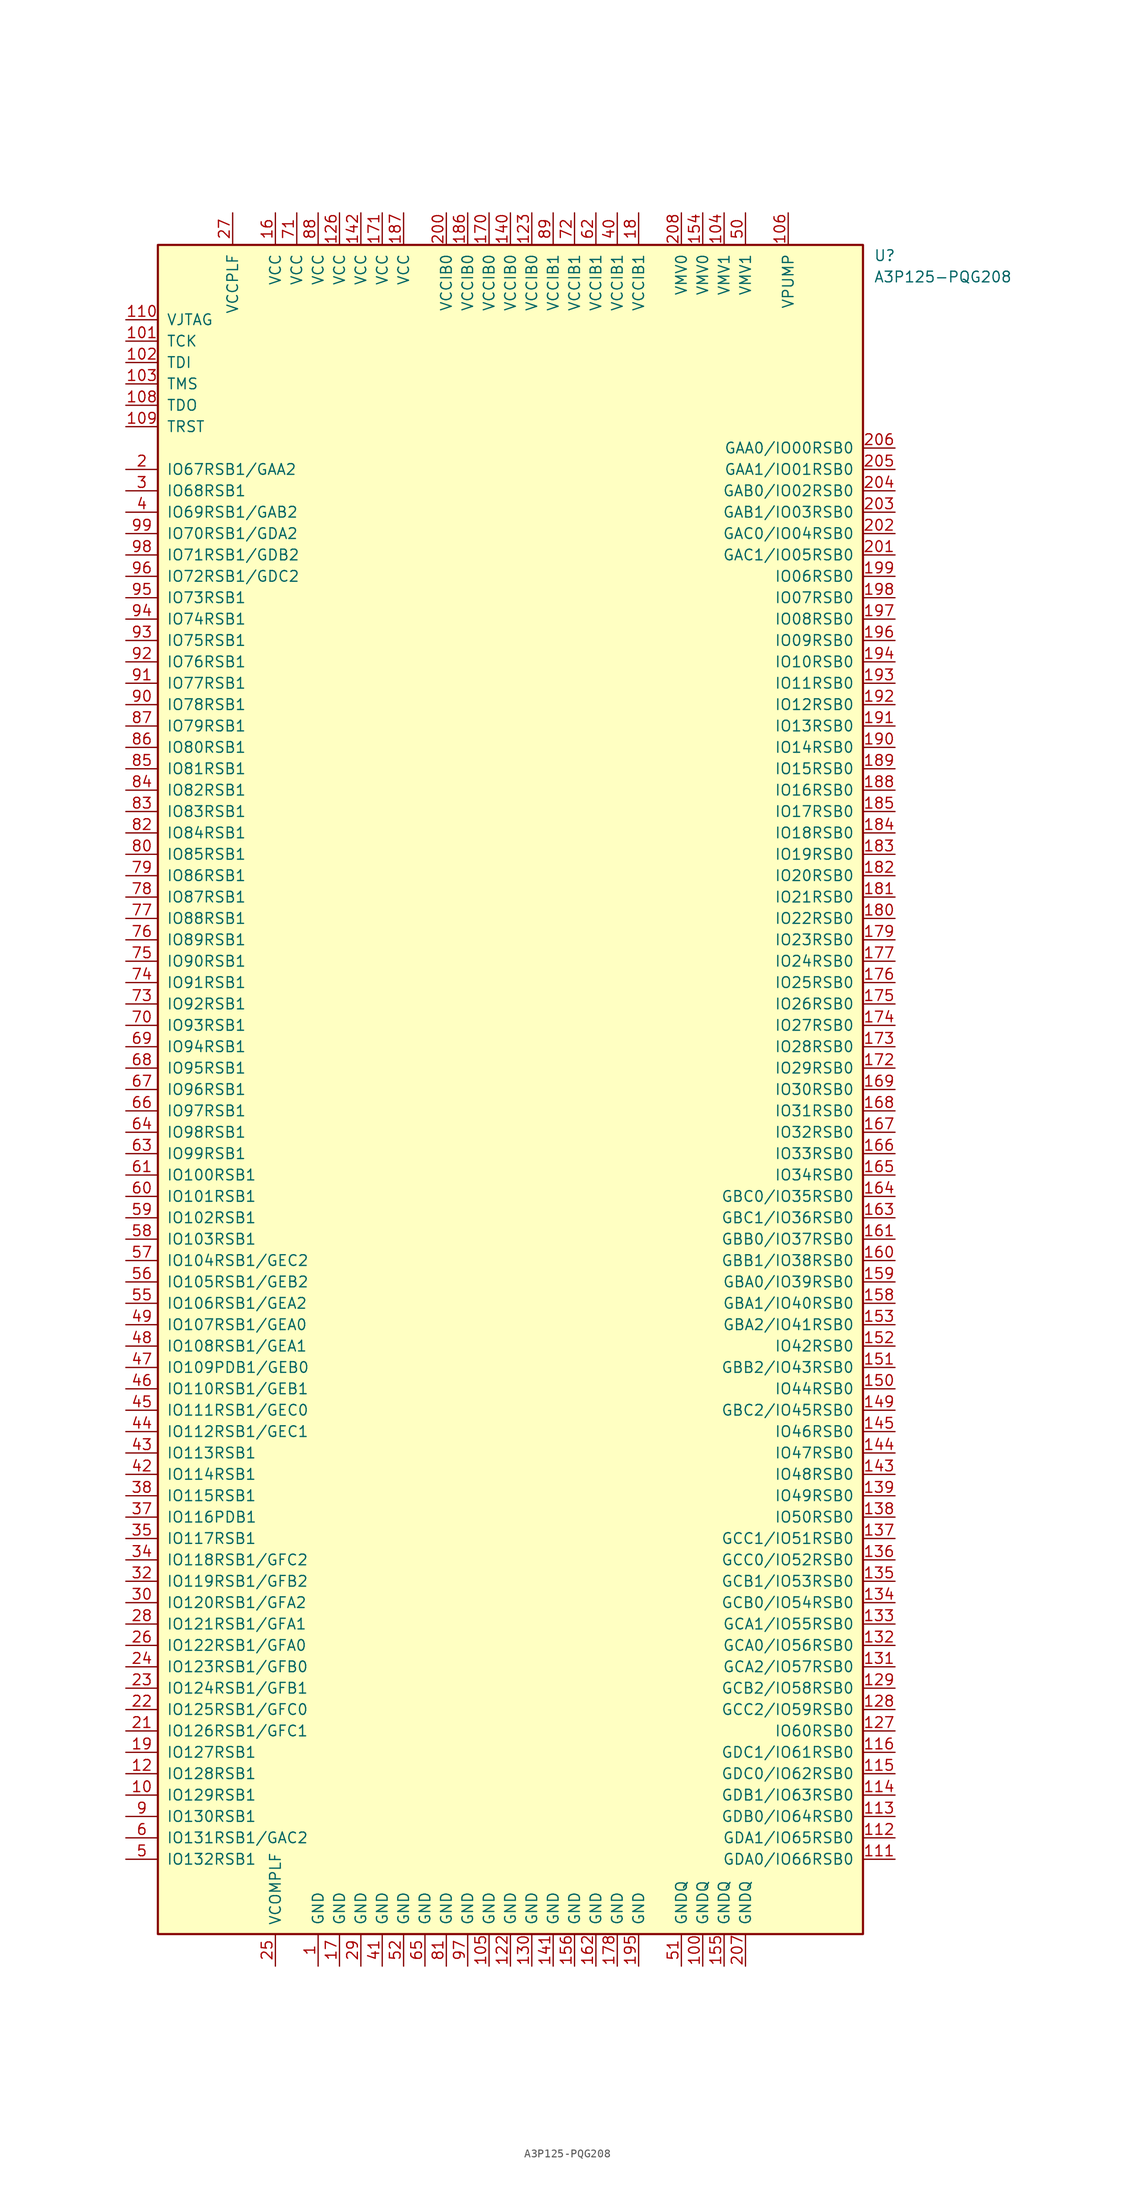
<source format=kicad_sym>
(kicad_symbol_lib
  (version 20241209)
  (generator "kicad_symbol_editor")
  (generator_version "9.0")
  (symbol "A3P125-PQG208"
    (pin_names
      (offset 1.016))
    (property "Reference" "U"
      (at 43.18 99.06 0)
      (effects (font (size 1.27 1.27)) (justify left)))
    (property "Value" "A3P125-PQG208"
      (at 43.18 96.52 0)
      (effects (font (size 1.27 1.27)) (justify left)))
    (symbol "A3P125-PQG208_1_0"
      (rectangle (start -41.91 -100.33) (end 41.91 100.33) (stroke (width 0.254) (type default)) (fill (type background))))
    (symbol "A3P125-PQG208_1_1"
      (pin power_in line (at -45.72 91.44 0) (length 3.81) (name "VJTAG" (effects (font (size 1.27 1.27)))) (number "110" (effects (font (size 1.27 1.27)))))
      (pin bidirectional line (at -45.72 88.9 0) (length 3.81) (name "TCK" (effects (font (size 1.27 1.27)))) (number "101" (effects (font (size 1.27 1.27)))))
      (pin bidirectional line (at -45.72 86.36 0) (length 3.81) (name "TDI" (effects (font (size 1.27 1.27)))) (number "102" (effects (font (size 1.27 1.27)))))
      (pin bidirectional line (at -45.72 83.82 0) (length 3.81) (name "TMS" (effects (font (size 1.27 1.27)))) (number "103" (effects (font (size 1.27 1.27)))))
      (pin bidirectional line (at -45.72 81.28 0) (length 3.81) (name "TDO" (effects (font (size 1.27 1.27)))) (number "108" (effects (font (size 1.27 1.27)))))
      (pin bidirectional line (at -45.72 78.74 0) (length 3.81) (name "TRST" (effects (font (size 1.27 1.27)))) (number "109" (effects (font (size 1.27 1.27)))))
      (pin bidirectional line (at -45.72 73.66 0) (length 3.81) (name "IO67RSB1/GAA2" (effects (font (size 1.27 1.27)))) (number "2" (effects (font (size 1.27 1.27)))))
      (pin bidirectional line (at -45.72 71.12 0) (length 3.81) (name "IO68RSB1" (effects (font (size 1.27 1.27)))) (number "3" (effects (font (size 1.27 1.27)))))
      (pin bidirectional line (at -45.72 68.58 0) (length 3.81) (name "IO69RSB1/GAB2" (effects (font (size 1.27 1.27)))) (number "4" (effects (font (size 1.27 1.27)))))
      (pin bidirectional line (at -45.72 66.04 0) (length 3.81) (name "IO70RSB1/GDA2" (effects (font (size 1.27 1.27)))) (number "99" (effects (font (size 1.27 1.27)))))
      (pin bidirectional line (at -45.72 63.5 0) (length 3.81) (name "IO71RSB1/GDB2" (effects (font (size 1.27 1.27)))) (number "98" (effects (font (size 1.27 1.27)))))
      (pin bidirectional line (at -45.72 60.96 0) (length 3.81) (name "IO72RSB1/GDC2" (effects (font (size 1.27 1.27)))) (number "96" (effects (font (size 1.27 1.27)))))
      (pin bidirectional line (at -45.72 58.42 0) (length 3.81) (name "IO73RSB1" (effects (font (size 1.27 1.27)))) (number "95" (effects (font (size 1.27 1.27)))))
      (pin bidirectional line (at -45.72 55.88 0) (length 3.81) (name "IO74RSB1" (effects (font (size 1.27 1.27)))) (number "94" (effects (font (size 1.27 1.27)))))
      (pin bidirectional line (at -45.72 53.34 0) (length 3.81) (name "IO75RSB1" (effects (font (size 1.27 1.27)))) (number "93" (effects (font (size 1.27 1.27)))))
      (pin bidirectional line (at -45.72 50.8 0) (length 3.81) (name "IO76RSB1" (effects (font (size 1.27 1.27)))) (number "92" (effects (font (size 1.27 1.27)))))
      (pin bidirectional line (at -45.72 48.26 0) (length 3.81) (name "IO77RSB1" (effects (font (size 1.27 1.27)))) (number "91" (effects (font (size 1.27 1.27)))))
      (pin bidirectional line (at -45.72 45.72 0) (length 3.81) (name "IO78RSB1" (effects (font (size 1.27 1.27)))) (number "90" (effects (font (size 1.27 1.27)))))
      (pin bidirectional line (at -45.72 43.18 0) (length 3.81) (name "IO79RSB1" (effects (font (size 1.27 1.27)))) (number "87" (effects (font (size 1.27 1.27)))))
      (pin bidirectional line (at -45.72 40.64 0) (length 3.81) (name "IO80RSB1" (effects (font (size 1.27 1.27)))) (number "86" (effects (font (size 1.27 1.27)))))
      (pin bidirectional line (at -45.72 38.1 0) (length 3.81) (name "IO81RSB1" (effects (font (size 1.27 1.27)))) (number "85" (effects (font (size 1.27 1.27)))))
      (pin bidirectional line (at -45.72 35.56 0) (length 3.81) (name "IO82RSB1" (effects (font (size 1.27 1.27)))) (number "84" (effects (font (size 1.27 1.27)))))
      (pin bidirectional line (at -45.72 33.02 0) (length 3.81) (name "IO83RSB1" (effects (font (size 1.27 1.27)))) (number "83" (effects (font (size 1.27 1.27)))))
      (pin bidirectional line (at -45.72 30.48 0) (length 3.81) (name "IO84RSB1" (effects (font (size 1.27 1.27)))) (number "82" (effects (font (size 1.27 1.27)))))
      (pin bidirectional line (at -45.72 27.94 0) (length 3.81) (name "IO85RSB1" (effects (font (size 1.27 1.27)))) (number "80" (effects (font (size 1.27 1.27)))))
      (pin bidirectional line (at -45.72 25.4 0) (length 3.81) (name "IO86RSB1" (effects (font (size 1.27 1.27)))) (number "79" (effects (font (size 1.27 1.27)))))
      (pin bidirectional line (at -45.72 22.86 0) (length 3.81) (name "IO87RSB1" (effects (font (size 1.27 1.27)))) (number "78" (effects (font (size 1.27 1.27)))))
      (pin bidirectional line (at -45.72 20.32 0) (length 3.81) (name "IO88RSB1" (effects (font (size 1.27 1.27)))) (number "77" (effects (font (size 1.27 1.27)))))
      (pin bidirectional line (at -45.72 17.78 0) (length 3.81) (name "IO89RSB1" (effects (font (size 1.27 1.27)))) (number "76" (effects (font (size 1.27 1.27)))))
      (pin bidirectional line (at -45.72 15.24 0) (length 3.81) (name "IO90RSB1" (effects (font (size 1.27 1.27)))) (number "75" (effects (font (size 1.27 1.27)))))
      (pin bidirectional line (at -45.72 12.7 0) (length 3.81) (name "IO91RSB1" (effects (font (size 1.27 1.27)))) (number "74" (effects (font (size 1.27 1.27)))))
      (pin bidirectional line (at -45.72 10.16 0) (length 3.81) (name "IO92RSB1" (effects (font (size 1.27 1.27)))) (number "73" (effects (font (size 1.27 1.27)))))
      (pin bidirectional line (at -45.72 7.62 0) (length 3.81) (name "IO93RSB1" (effects (font (size 1.27 1.27)))) (number "70" (effects (font (size 1.27 1.27)))))
      (pin bidirectional line (at -45.72 5.08 0) (length 3.81) (name "IO94RSB1" (effects (font (size 1.27 1.27)))) (number "69" (effects (font (size 1.27 1.27)))))
      (pin bidirectional line (at -45.72 2.54 0) (length 3.81) (name "IO95RSB1" (effects (font (size 1.27 1.27)))) (number "68" (effects (font (size 1.27 1.27)))))
      (pin bidirectional line (at -45.72 0 0) (length 3.81) (name "IO96RSB1" (effects (font (size 1.27 1.27)))) (number "67" (effects (font (size 1.27 1.27)))))
      (pin bidirectional line (at -45.72 -2.54 0) (length 3.81) (name "IO97RSB1" (effects (font (size 1.27 1.27)))) (number "66" (effects (font (size 1.27 1.27)))))
      (pin bidirectional line (at -45.72 -5.08 0) (length 3.81) (name "IO98RSB1" (effects (font (size 1.27 1.27)))) (number "64" (effects (font (size 1.27 1.27)))))
      (pin bidirectional line (at -45.72 -7.62 0) (length 3.81) (name "IO99RSB1" (effects (font (size 1.27 1.27)))) (number "63" (effects (font (size 1.27 1.27)))))
      (pin bidirectional line (at -45.72 -10.16 0) (length 3.81) (name "IO100RSB1" (effects (font (size 1.27 1.27)))) (number "61" (effects (font (size 1.27 1.27)))))
      (pin bidirectional line (at -45.72 -12.7 0) (length 3.81) (name "IO101RSB1" (effects (font (size 1.27 1.27)))) (number "60" (effects (font (size 1.27 1.27)))))
      (pin bidirectional line (at -45.72 -15.24 0) (length 3.81) (name "IO102RSB1" (effects (font (size 1.27 1.27)))) (number "59" (effects (font (size 1.27 1.27)))))
      (pin bidirectional line (at -45.72 -17.78 0) (length 3.81) (name "IO103RSB1" (effects (font (size 1.27 1.27)))) (number "58" (effects (font (size 1.27 1.27)))))
      (pin bidirectional line (at -45.72 -20.32 0) (length 3.81) (name "IO104RSB1/GEC2" (effects (font (size 1.27 1.27)))) (number "57" (effects (font (size 1.27 1.27)))))
      (pin bidirectional line (at -45.72 -22.86 0) (length 3.81) (name "IO105RSB1/GEB2" (effects (font (size 1.27 1.27)))) (number "56" (effects (font (size 1.27 1.27)))))
      (pin bidirectional line (at -45.72 -25.4 0) (length 3.81) (name "IO106RSB1/GEA2" (effects (font (size 1.27 1.27)))) (number "55" (effects (font (size 1.27 1.27)))))
      (pin bidirectional line (at -45.72 -27.94 0) (length 3.81) (name "IO107RSB1/GEA0" (effects (font (size 1.27 1.27)))) (number "49" (effects (font (size 1.27 1.27)))))
      (pin bidirectional line (at -45.72 -30.48 0) (length 3.81) (name "IO108RSB1/GEA1" (effects (font (size 1.27 1.27)))) (number "48" (effects (font (size 1.27 1.27)))))
      (pin bidirectional line (at -45.72 -33.02 0) (length 3.81) (name "IO109PDB1/GEB0" (effects (font (size 1.27 1.27)))) (number "47" (effects (font (size 1.27 1.27)))))
      (pin bidirectional line (at -45.72 -35.56 0) (length 3.81) (name "IO110RSB1/GEB1" (effects (font (size 1.27 1.27)))) (number "46" (effects (font (size 1.27 1.27)))))
      (pin bidirectional line (at -45.72 -38.1 0) (length 3.81) (name "IO111RSB1/GEC0" (effects (font (size 1.27 1.27)))) (number "45" (effects (font (size 1.27 1.27)))))
      (pin bidirectional line (at -45.72 -40.64 0) (length 3.81) (name "IO112RSB1/GEC1" (effects (font (size 1.27 1.27)))) (number "44" (effects (font (size 1.27 1.27)))))
      (pin bidirectional line (at -45.72 -43.18 0) (length 3.81) (name "IO113RSB1" (effects (font (size 1.27 1.27)))) (number "43" (effects (font (size 1.27 1.27)))))
      (pin bidirectional line (at -45.72 -45.72 0) (length 3.81) (name "IO114RSB1" (effects (font (size 1.27 1.27)))) (number "42" (effects (font (size 1.27 1.27)))))
      (pin bidirectional line (at -45.72 -48.26 0) (length 3.81) (name "IO115RSB1" (effects (font (size 1.27 1.27)))) (number "38" (effects (font (size 1.27 1.27)))))
      (pin bidirectional line (at -45.72 -50.8 0) (length 3.81) (name "IO116PDB1" (effects (font (size 1.27 1.27)))) (number "37" (effects (font (size 1.27 1.27)))))
      (pin bidirectional line (at -45.72 -53.34 0) (length 3.81) (name "IO117RSB1" (effects (font (size 1.27 1.27)))) (number "35" (effects (font (size 1.27 1.27)))))
      (pin bidirectional line (at -45.72 -55.88 0) (length 3.81) (name "IO118RSB1/GFC2" (effects (font (size 1.27 1.27)))) (number "34" (effects (font (size 1.27 1.27)))))
      (pin bidirectional line (at -45.72 -58.42 0) (length 3.81) (name "IO119RSB1/GFB2" (effects (font (size 1.27 1.27)))) (number "32" (effects (font (size 1.27 1.27)))))
      (pin bidirectional line (at -45.72 -60.96 0) (length 3.81) (name "IO120RSB1/GFA2" (effects (font (size 1.27 1.27)))) (number "30" (effects (font (size 1.27 1.27)))))
      (pin bidirectional line (at -45.72 -63.5 0) (length 3.81) (name "IO121RSB1/GFA1" (effects (font (size 1.27 1.27)))) (number "28" (effects (font (size 1.27 1.27)))))
      (pin bidirectional line (at -45.72 -66.04 0) (length 3.81) (name "IO122RSB1/GFA0" (effects (font (size 1.27 1.27)))) (number "26" (effects (font (size 1.27 1.27)))))
      (pin bidirectional line (at -45.72 -68.58 0) (length 3.81) (name "IO123RSB1/GFB0" (effects (font (size 1.27 1.27)))) (number "24" (effects (font (size 1.27 1.27)))))
      (pin bidirectional line (at -45.72 -71.12 0) (length 3.81) (name "IO124RSB1/GFB1" (effects (font (size 1.27 1.27)))) (number "23" (effects (font (size 1.27 1.27)))))
      (pin bidirectional line (at -45.72 -73.66 0) (length 3.81) (name "IO125RSB1/GFC0" (effects (font (size 1.27 1.27)))) (number "22" (effects (font (size 1.27 1.27)))))
      (pin bidirectional line (at -45.72 -76.2 0) (length 3.81) (name "IO126RSB1/GFC1" (effects (font (size 1.27 1.27)))) (number "21" (effects (font (size 1.27 1.27)))))
      (pin bidirectional line (at -45.72 -78.74 0) (length 3.81) (name "IO127RSB1" (effects (font (size 1.27 1.27)))) (number "19" (effects (font (size 1.27 1.27)))))
      (pin bidirectional line (at -45.72 -81.28 0) (length 3.81) (name "IO128RSB1" (effects (font (size 1.27 1.27)))) (number "12" (effects (font (size 1.27 1.27)))))
      (pin bidirectional line (at -45.72 -83.82 0) (length 3.81) (name "IO129RSB1" (effects (font (size 1.27 1.27)))) (number "10" (effects (font (size 1.27 1.27)))))
      (pin bidirectional line (at -45.72 -86.36 0) (length 3.81) (name "IO130RSB1" (effects (font (size 1.27 1.27)))) (number "9" (effects (font (size 1.27 1.27)))))
      (pin bidirectional line (at -45.72 -88.9 0) (length 3.81) (name "IO131RSB1/GAC2" (effects (font (size 1.27 1.27)))) (number "6" (effects (font (size 1.27 1.27)))))
      (pin bidirectional line (at -45.72 -91.44 0) (length 3.81) (name "IO132RSB1" (effects (font (size 1.27 1.27)))) (number "5" (effects (font (size 1.27 1.27)))))
      (pin power_in line (at -33.02 104.14 270) (length 3.81) (name "VCCPLF" (effects (font (size 1.27 1.27)))) (number "27" (effects (font (size 1.27 1.27)))))
      (pin power_in line (at -27.94 104.14 270) (length 3.81) (name "VCC" (effects (font (size 1.27 1.27)))) (number "16" (effects (font (size 1.27 1.27)))))
      (pin power_in line (at -27.94 -104.14 90) (length 3.81) (name "VCOMPLF" (effects (font (size 1.27 1.27)))) (number "25" (effects (font (size 1.27 1.27)))))
      (pin power_in line (at -25.4 104.14 270) (length 3.81) (name "VCC" (effects (font (size 1.27 1.27)))) (number "71" (effects (font (size 1.27 1.27)))))
      (pin power_in line (at -22.86 104.14 270) (length 3.81) (name "VCC" (effects (font (size 1.27 1.27)))) (number "88" (effects (font (size 1.27 1.27)))))
      (pin power_in line (at -22.86 -104.14 90) (length 3.81) (name "GND" (effects (font (size 1.27 1.27)))) (number "1" (effects (font (size 1.27 1.27)))))
      (pin power_in line (at -20.32 104.14 270) (length 3.81) (name "VCC" (effects (font (size 1.27 1.27)))) (number "126" (effects (font (size 1.27 1.27)))))
      (pin power_in line (at -20.32 -104.14 90) (length 3.81) (name "GND" (effects (font (size 1.27 1.27)))) (number "17" (effects (font (size 1.27 1.27)))))
      (pin power_in line (at -17.78 104.14 270) (length 3.81) (name "VCC" (effects (font (size 1.27 1.27)))) (number "142" (effects (font (size 1.27 1.27)))))
      (pin power_in line (at -17.78 -104.14 90) (length 3.81) (name "GND" (effects (font (size 1.27 1.27)))) (number "29" (effects (font (size 1.27 1.27)))))
      (pin power_in line (at -15.24 104.14 270) (length 3.81) (name "VCC" (effects (font (size 1.27 1.27)))) (number "171" (effects (font (size 1.27 1.27)))))
      (pin power_in line (at -15.24 -104.14 90) (length 3.81) (name "GND" (effects (font (size 1.27 1.27)))) (number "41" (effects (font (size 1.27 1.27)))))
      (pin power_in line (at -12.7 104.14 270) (length 3.81) (name "VCC" (effects (font (size 1.27 1.27)))) (number "187" (effects (font (size 1.27 1.27)))))
      (pin power_in line (at -12.7 -104.14 90) (length 3.81) (name "GND" (effects (font (size 1.27 1.27)))) (number "52" (effects (font (size 1.27 1.27)))))
      (pin power_in line (at -10.16 -104.14 90) (length 3.81) (name "GND" (effects (font (size 1.27 1.27)))) (number "65" (effects (font (size 1.27 1.27)))))
      (pin power_in line (at -7.62 104.14 270) (length 3.81) (name "VCCIB0" (effects (font (size 1.27 1.27)))) (number "200" (effects (font (size 1.27 1.27)))))
      (pin power_in line (at -7.62 -104.14 90) (length 3.81) (name "GND" (effects (font (size 1.27 1.27)))) (number "81" (effects (font (size 1.27 1.27)))))
      (pin power_in line (at -5.08 104.14 270) (length 3.81) (name "VCCIB0" (effects (font (size 1.27 1.27)))) (number "186" (effects (font (size 1.27 1.27)))))
      (pin power_in line (at -5.08 -104.14 90) (length 3.81) (name "GND" (effects (font (size 1.27 1.27)))) (number "97" (effects (font (size 1.27 1.27)))))
      (pin power_in line (at -2.54 104.14 270) (length 3.81) (name "VCCIB0" (effects (font (size 1.27 1.27)))) (number "170" (effects (font (size 1.27 1.27)))))
      (pin power_in line (at -2.54 -104.14 90) (length 3.81) (name "GND" (effects (font (size 1.27 1.27)))) (number "105" (effects (font (size 1.27 1.27)))))
      (pin power_in line (at 0 104.14 270) (length 3.81) (name "VCCIB0" (effects (font (size 1.27 1.27)))) (number "140" (effects (font (size 1.27 1.27)))))
      (pin power_in line (at 0 -104.14 90) (length 3.81) (name "GND" (effects (font (size 1.27 1.27)))) (number "122" (effects (font (size 1.27 1.27)))))
      (pin power_in line (at 2.54 104.14 270) (length 3.81) (name "VCCIB0" (effects (font (size 1.27 1.27)))) (number "123" (effects (font (size 1.27 1.27)))))
      (pin power_in line (at 2.54 -104.14 90) (length 3.81) (name "GND" (effects (font (size 1.27 1.27)))) (number "130" (effects (font (size 1.27 1.27)))))
      (pin power_in line (at 5.08 104.14 270) (length 3.81) (name "VCCIB1" (effects (font (size 1.27 1.27)))) (number "89" (effects (font (size 1.27 1.27)))))
      (pin power_in line (at 5.08 -104.14 90) (length 3.81) (name "GND" (effects (font (size 1.27 1.27)))) (number "141" (effects (font (size 1.27 1.27)))))
      (pin power_in line (at 7.62 104.14 270) (length 3.81) (name "VCCIB1" (effects (font (size 1.27 1.27)))) (number "72" (effects (font (size 1.27 1.27)))))
      (pin power_in line (at 7.62 -104.14 90) (length 3.81) (name "GND" (effects (font (size 1.27 1.27)))) (number "156" (effects (font (size 1.27 1.27)))))
      (pin power_in line (at 10.16 104.14 270) (length 3.81) (name "VCCIB1" (effects (font (size 1.27 1.27)))) (number "62" (effects (font (size 1.27 1.27)))))
      (pin power_in line (at 10.16 -104.14 90) (length 3.81) (name "GND" (effects (font (size 1.27 1.27)))) (number "162" (effects (font (size 1.27 1.27)))))
      (pin power_in line (at 12.7 104.14 270) (length 3.81) (name "VCCIB1" (effects (font (size 1.27 1.27)))) (number "40" (effects (font (size 1.27 1.27)))))
      (pin power_in line (at 12.7 -104.14 90) (length 3.81) (name "GND" (effects (font (size 1.27 1.27)))) (number "178" (effects (font (size 1.27 1.27)))))
      (pin power_in line (at 15.24 104.14 270) (length 3.81) (name "VCCIB1" (effects (font (size 1.27 1.27)))) (number "18" (effects (font (size 1.27 1.27)))))
      (pin power_in line (at 15.24 -104.14 90) (length 3.81) (name "GND" (effects (font (size 1.27 1.27)))) (number "195" (effects (font (size 1.27 1.27)))))
      (pin power_in line (at 20.32 104.14 270) (length 3.81) (name "VMV0" (effects (font (size 1.27 1.27)))) (number "208" (effects (font (size 1.27 1.27)))))
      (pin power_in line (at 20.32 -104.14 90) (length 3.81) (name "GNDQ" (effects (font (size 1.27 1.27)))) (number "51" (effects (font (size 1.27 1.27)))))
      (pin power_in line (at 22.86 104.14 270) (length 3.81) (name "VMV0" (effects (font (size 1.27 1.27)))) (number "154" (effects (font (size 1.27 1.27)))))
      (pin power_in line (at 22.86 -104.14 90) (length 3.81) (name "GNDQ" (effects (font (size 1.27 1.27)))) (number "100" (effects (font (size 1.27 1.27)))))
      (pin power_in line (at 25.4 104.14 270) (length 3.81) (name "VMV1" (effects (font (size 1.27 1.27)))) (number "104" (effects (font (size 1.27 1.27)))))
      (pin power_in line (at 25.4 -104.14 90) (length 3.81) (name "GNDQ" (effects (font (size 1.27 1.27)))) (number "155" (effects (font (size 1.27 1.27)))))
      (pin power_in line (at 27.94 104.14 270) (length 3.81) (name "VMV1" (effects (font (size 1.27 1.27)))) (number "50" (effects (font (size 1.27 1.27)))))
      (pin power_in line (at 27.94 -104.14 90) (length 3.81) (name "GNDQ" (effects (font (size 1.27 1.27)))) (number "207" (effects (font (size 1.27 1.27)))))
      (pin power_in line (at 33.02 104.14 270) (length 3.81) (name "VPUMP" (effects (font (size 1.27 1.27)))) (number "106" (effects (font (size 1.27 1.27)))))
      (pin bidirectional line (at 45.72 76.2 180) (length 3.81) (name "GAA0/IO00RSB0" (effects (font (size 1.27 1.27)))) (number "206" (effects (font (size 1.27 1.27)))))
      (pin bidirectional line (at 45.72 73.66 180) (length 3.81) (name "GAA1/IO01RSB0" (effects (font (size 1.27 1.27)))) (number "205" (effects (font (size 1.27 1.27)))))
      (pin bidirectional line (at 45.72 71.12 180) (length 3.81) (name "GAB0/IO02RSB0" (effects (font (size 1.27 1.27)))) (number "204" (effects (font (size 1.27 1.27)))))
      (pin bidirectional line (at 45.72 68.58 180) (length 3.81) (name "GAB1/IO03RSB0" (effects (font (size 1.27 1.27)))) (number "203" (effects (font (size 1.27 1.27)))))
      (pin bidirectional line (at 45.72 66.04 180) (length 3.81) (name "GAC0/IO04RSB0" (effects (font (size 1.27 1.27)))) (number "202" (effects (font (size 1.27 1.27)))))
      (pin bidirectional line (at 45.72 63.5 180) (length 3.81) (name "GAC1/IO05RSB0" (effects (font (size 1.27 1.27)))) (number "201" (effects (font (size 1.27 1.27)))))
      (pin bidirectional line (at 45.72 60.96 180) (length 3.81) (name "IO06RSB0" (effects (font (size 1.27 1.27)))) (number "199" (effects (font (size 1.27 1.27)))))
      (pin bidirectional line (at 45.72 58.42 180) (length 3.81) (name "IO07RSB0" (effects (font (size 1.27 1.27)))) (number "198" (effects (font (size 1.27 1.27)))))
      (pin bidirectional line (at 45.72 55.88 180) (length 3.81) (name "IO08RSB0" (effects (font (size 1.27 1.27)))) (number "197" (effects (font (size 1.27 1.27)))))
      (pin bidirectional line (at 45.72 53.34 180) (length 3.81) (name "IO09RSB0" (effects (font (size 1.27 1.27)))) (number "196" (effects (font (size 1.27 1.27)))))
      (pin bidirectional line (at 45.72 50.8 180) (length 3.81) (name "IO10RSB0" (effects (font (size 1.27 1.27)))) (number "194" (effects (font (size 1.27 1.27)))))
      (pin bidirectional line (at 45.72 48.26 180) (length 3.81) (name "IO11RSB0" (effects (font (size 1.27 1.27)))) (number "193" (effects (font (size 1.27 1.27)))))
      (pin bidirectional line (at 45.72 45.72 180) (length 3.81) (name "IO12RSB0" (effects (font (size 1.27 1.27)))) (number "192" (effects (font (size 1.27 1.27)))))
      (pin bidirectional line (at 45.72 43.18 180) (length 3.81) (name "IO13RSB0" (effects (font (size 1.27 1.27)))) (number "191" (effects (font (size 1.27 1.27)))))
      (pin bidirectional line (at 45.72 40.64 180) (length 3.81) (name "IO14RSB0" (effects (font (size 1.27 1.27)))) (number "190" (effects (font (size 1.27 1.27)))))
      (pin bidirectional line (at 45.72 38.1 180) (length 3.81) (name "IO15RSB0" (effects (font (size 1.27 1.27)))) (number "189" (effects (font (size 1.27 1.27)))))
      (pin bidirectional line (at 45.72 35.56 180) (length 3.81) (name "IO16RSB0" (effects (font (size 1.27 1.27)))) (number "188" (effects (font (size 1.27 1.27)))))
      (pin bidirectional line (at 45.72 33.02 180) (length 3.81) (name "IO17RSB0" (effects (font (size 1.27 1.27)))) (number "185" (effects (font (size 1.27 1.27)))))
      (pin bidirectional line (at 45.72 30.48 180) (length 3.81) (name "IO18RSB0" (effects (font (size 1.27 1.27)))) (number "184" (effects (font (size 1.27 1.27)))))
      (pin bidirectional line (at 45.72 27.94 180) (length 3.81) (name "IO19RSB0" (effects (font (size 1.27 1.27)))) (number "183" (effects (font (size 1.27 1.27)))))
      (pin bidirectional line (at 45.72 25.4 180) (length 3.81) (name "IO20RSB0" (effects (font (size 1.27 1.27)))) (number "182" (effects (font (size 1.27 1.27)))))
      (pin bidirectional line (at 45.72 22.86 180) (length 3.81) (name "IO21RSB0" (effects (font (size 1.27 1.27)))) (number "181" (effects (font (size 1.27 1.27)))))
      (pin bidirectional line (at 45.72 20.32 180) (length 3.81) (name "IO22RSB0" (effects (font (size 1.27 1.27)))) (number "180" (effects (font (size 1.27 1.27)))))
      (pin bidirectional line (at 45.72 17.78 180) (length 3.81) (name "IO23RSB0" (effects (font (size 1.27 1.27)))) (number "179" (effects (font (size 1.27 1.27)))))
      (pin bidirectional line (at 45.72 15.24 180) (length 3.81) (name "IO24RSB0" (effects (font (size 1.27 1.27)))) (number "177" (effects (font (size 1.27 1.27)))))
      (pin bidirectional line (at 45.72 12.7 180) (length 3.81) (name "IO25RSB0" (effects (font (size 1.27 1.27)))) (number "176" (effects (font (size 1.27 1.27)))))
      (pin bidirectional line (at 45.72 10.16 180) (length 3.81) (name "IO26RSB0" (effects (font (size 1.27 1.27)))) (number "175" (effects (font (size 1.27 1.27)))))
      (pin bidirectional line (at 45.72 7.62 180) (length 3.81) (name "IO27RSB0" (effects (font (size 1.27 1.27)))) (number "174" (effects (font (size 1.27 1.27)))))
      (pin bidirectional line (at 45.72 5.08 180) (length 3.81) (name "IO28RSB0" (effects (font (size 1.27 1.27)))) (number "173" (effects (font (size 1.27 1.27)))))
      (pin bidirectional line (at 45.72 2.54 180) (length 3.81) (name "IO29RSB0" (effects (font (size 1.27 1.27)))) (number "172" (effects (font (size 1.27 1.27)))))
      (pin bidirectional line (at 45.72 0 180) (length 3.81) (name "IO30RSB0" (effects (font (size 1.27 1.27)))) (number "169" (effects (font (size 1.27 1.27)))))
      (pin bidirectional line (at 45.72 -2.54 180) (length 3.81) (name "IO31RSB0" (effects (font (size 1.27 1.27)))) (number "168" (effects (font (size 1.27 1.27)))))
      (pin bidirectional line (at 45.72 -5.08 180) (length 3.81) (name "IO32RSB0" (effects (font (size 1.27 1.27)))) (number "167" (effects (font (size 1.27 1.27)))))
      (pin bidirectional line (at 45.72 -7.62 180) (length 3.81) (name "IO33RSB0" (effects (font (size 1.27 1.27)))) (number "166" (effects (font (size 1.27 1.27)))))
      (pin bidirectional line (at 45.72 -10.16 180) (length 3.81) (name "IO34RSB0" (effects (font (size 1.27 1.27)))) (number "165" (effects (font (size 1.27 1.27)))))
      (pin bidirectional line (at 45.72 -12.7 180) (length 3.81) (name "GBC0/IO35RSB0" (effects (font (size 1.27 1.27)))) (number "164" (effects (font (size 1.27 1.27)))))
      (pin bidirectional line (at 45.72 -15.24 180) (length 3.81) (name "GBC1/IO36RSB0" (effects (font (size 1.27 1.27)))) (number "163" (effects (font (size 1.27 1.27)))))
      (pin bidirectional line (at 45.72 -17.78 180) (length 3.81) (name "GBB0/IO37RSB0" (effects (font (size 1.27 1.27)))) (number "161" (effects (font (size 1.27 1.27)))))
      (pin bidirectional line (at 45.72 -20.32 180) (length 3.81) (name "GBB1/IO38RSB0" (effects (font (size 1.27 1.27)))) (number "160" (effects (font (size 1.27 1.27)))))
      (pin bidirectional line (at 45.72 -22.86 180) (length 3.81) (name "GBA0/IO39RSB0" (effects (font (size 1.27 1.27)))) (number "159" (effects (font (size 1.27 1.27)))))
      (pin bidirectional line (at 45.72 -25.4 180) (length 3.81) (name "GBA1/IO40RSB0" (effects (font (size 1.27 1.27)))) (number "158" (effects (font (size 1.27 1.27)))))
      (pin bidirectional line (at 45.72 -27.94 180) (length 3.81) (name "GBA2/IO41RSB0" (effects (font (size 1.27 1.27)))) (number "153" (effects (font (size 1.27 1.27)))))
      (pin bidirectional line (at 45.72 -30.48 180) (length 3.81) (name "IO42RSB0" (effects (font (size 1.27 1.27)))) (number "152" (effects (font (size 1.27 1.27)))))
      (pin bidirectional line (at 45.72 -33.02 180) (length 3.81) (name "GBB2/IO43RSB0" (effects (font (size 1.27 1.27)))) (number "151" (effects (font (size 1.27 1.27)))))
      (pin bidirectional line (at 45.72 -35.56 180) (length 3.81) (name "IO44RSB0" (effects (font (size 1.27 1.27)))) (number "150" (effects (font (size 1.27 1.27)))))
      (pin bidirectional line (at 45.72 -38.1 180) (length 3.81) (name "GBC2/IO45RSB0" (effects (font (size 1.27 1.27)))) (number "149" (effects (font (size 1.27 1.27)))))
      (pin bidirectional line (at 45.72 -40.64 180) (length 3.81) (name "IO46RSB0" (effects (font (size 1.27 1.27)))) (number "145" (effects (font (size 1.27 1.27)))))
      (pin bidirectional line (at 45.72 -43.18 180) (length 3.81) (name "IO47RSB0" (effects (font (size 1.27 1.27)))) (number "144" (effects (font (size 1.27 1.27)))))
      (pin bidirectional line (at 45.72 -45.72 180) (length 3.81) (name "IO48RSB0" (effects (font (size 1.27 1.27)))) (number "143" (effects (font (size 1.27 1.27)))))
      (pin bidirectional line (at 45.72 -48.26 180) (length 3.81) (name "IO49RSB0" (effects (font (size 1.27 1.27)))) (number "139" (effects (font (size 1.27 1.27)))))
      (pin bidirectional line (at 45.72 -50.8 180) (length 3.81) (name "IO50RSB0" (effects (font (size 1.27 1.27)))) (number "138" (effects (font (size 1.27 1.27)))))
      (pin bidirectional line (at 45.72 -53.34 180) (length 3.81) (name "GCC1/IO51RSB0" (effects (font (size 1.27 1.27)))) (number "137" (effects (font (size 1.27 1.27)))))
      (pin bidirectional line (at 45.72 -55.88 180) (length 3.81) (name "GCC0/IO52RSB0" (effects (font (size 1.27 1.27)))) (number "136" (effects (font (size 1.27 1.27)))))
      (pin bidirectional line (at 45.72 -58.42 180) (length 3.81) (name "GCB1/IO53RSB0" (effects (font (size 1.27 1.27)))) (number "135" (effects (font (size 1.27 1.27)))))
      (pin bidirectional line (at 45.72 -60.96 180) (length 3.81) (name "GCB0/IO54RSB0" (effects (font (size 1.27 1.27)))) (number "134" (effects (font (size 1.27 1.27)))))
      (pin bidirectional line (at 45.72 -63.5 180) (length 3.81) (name "GCA1/IO55RSB0" (effects (font (size 1.27 1.27)))) (number "133" (effects (font (size 1.27 1.27)))))
      (pin bidirectional line (at 45.72 -66.04 180) (length 3.81) (name "GCA0/IO56RSB0" (effects (font (size 1.27 1.27)))) (number "132" (effects (font (size 1.27 1.27)))))
      (pin bidirectional line (at 45.72 -68.58 180) (length 3.81) (name "GCA2/IO57RSB0" (effects (font (size 1.27 1.27)))) (number "131" (effects (font (size 1.27 1.27)))))
      (pin bidirectional line (at 45.72 -71.12 180) (length 3.81) (name "GCB2/IO58RSB0" (effects (font (size 1.27 1.27)))) (number "129" (effects (font (size 1.27 1.27)))))
      (pin bidirectional line (at 45.72 -73.66 180) (length 3.81) (name "GCC2/IO59RSB0" (effects (font (size 1.27 1.27)))) (number "128" (effects (font (size 1.27 1.27)))))
      (pin bidirectional line (at 45.72 -76.2 180) (length 3.81) (name "IO60RSB0" (effects (font (size 1.27 1.27)))) (number "127" (effects (font (size 1.27 1.27)))))
      (pin bidirectional line (at 45.72 -78.74 180) (length 3.81) (name "GDC1/IO61RSB0" (effects (font (size 1.27 1.27)))) (number "116" (effects (font (size 1.27 1.27)))))
      (pin bidirectional line (at 45.72 -81.28 180) (length 3.81) (name "GDC0/IO62RSB0" (effects (font (size 1.27 1.27)))) (number "115" (effects (font (size 1.27 1.27)))))
      (pin bidirectional line (at 45.72 -83.82 180) (length 3.81) (name "GDB1/IO63RSB0" (effects (font (size 1.27 1.27)))) (number "114" (effects (font (size 1.27 1.27)))))
      (pin bidirectional line (at 45.72 -86.36 180) (length 3.81) (name "GDB0/IO64RSB0" (effects (font (size 1.27 1.27)))) (number "113" (effects (font (size 1.27 1.27)))))
      (pin bidirectional line (at 45.72 -88.9 180) (length 3.81) (name "GDA1/IO65RSB0" (effects (font (size 1.27 1.27)))) (number "112" (effects (font (size 1.27 1.27)))))
      (pin bidirectional line (at 45.72 -91.44 180) (length 3.81) (name "GDA0/IO66RSB0" (effects (font (size 1.27 1.27)))) (number "111" (effects (font (size 1.27 1.27))))))))
</source>
